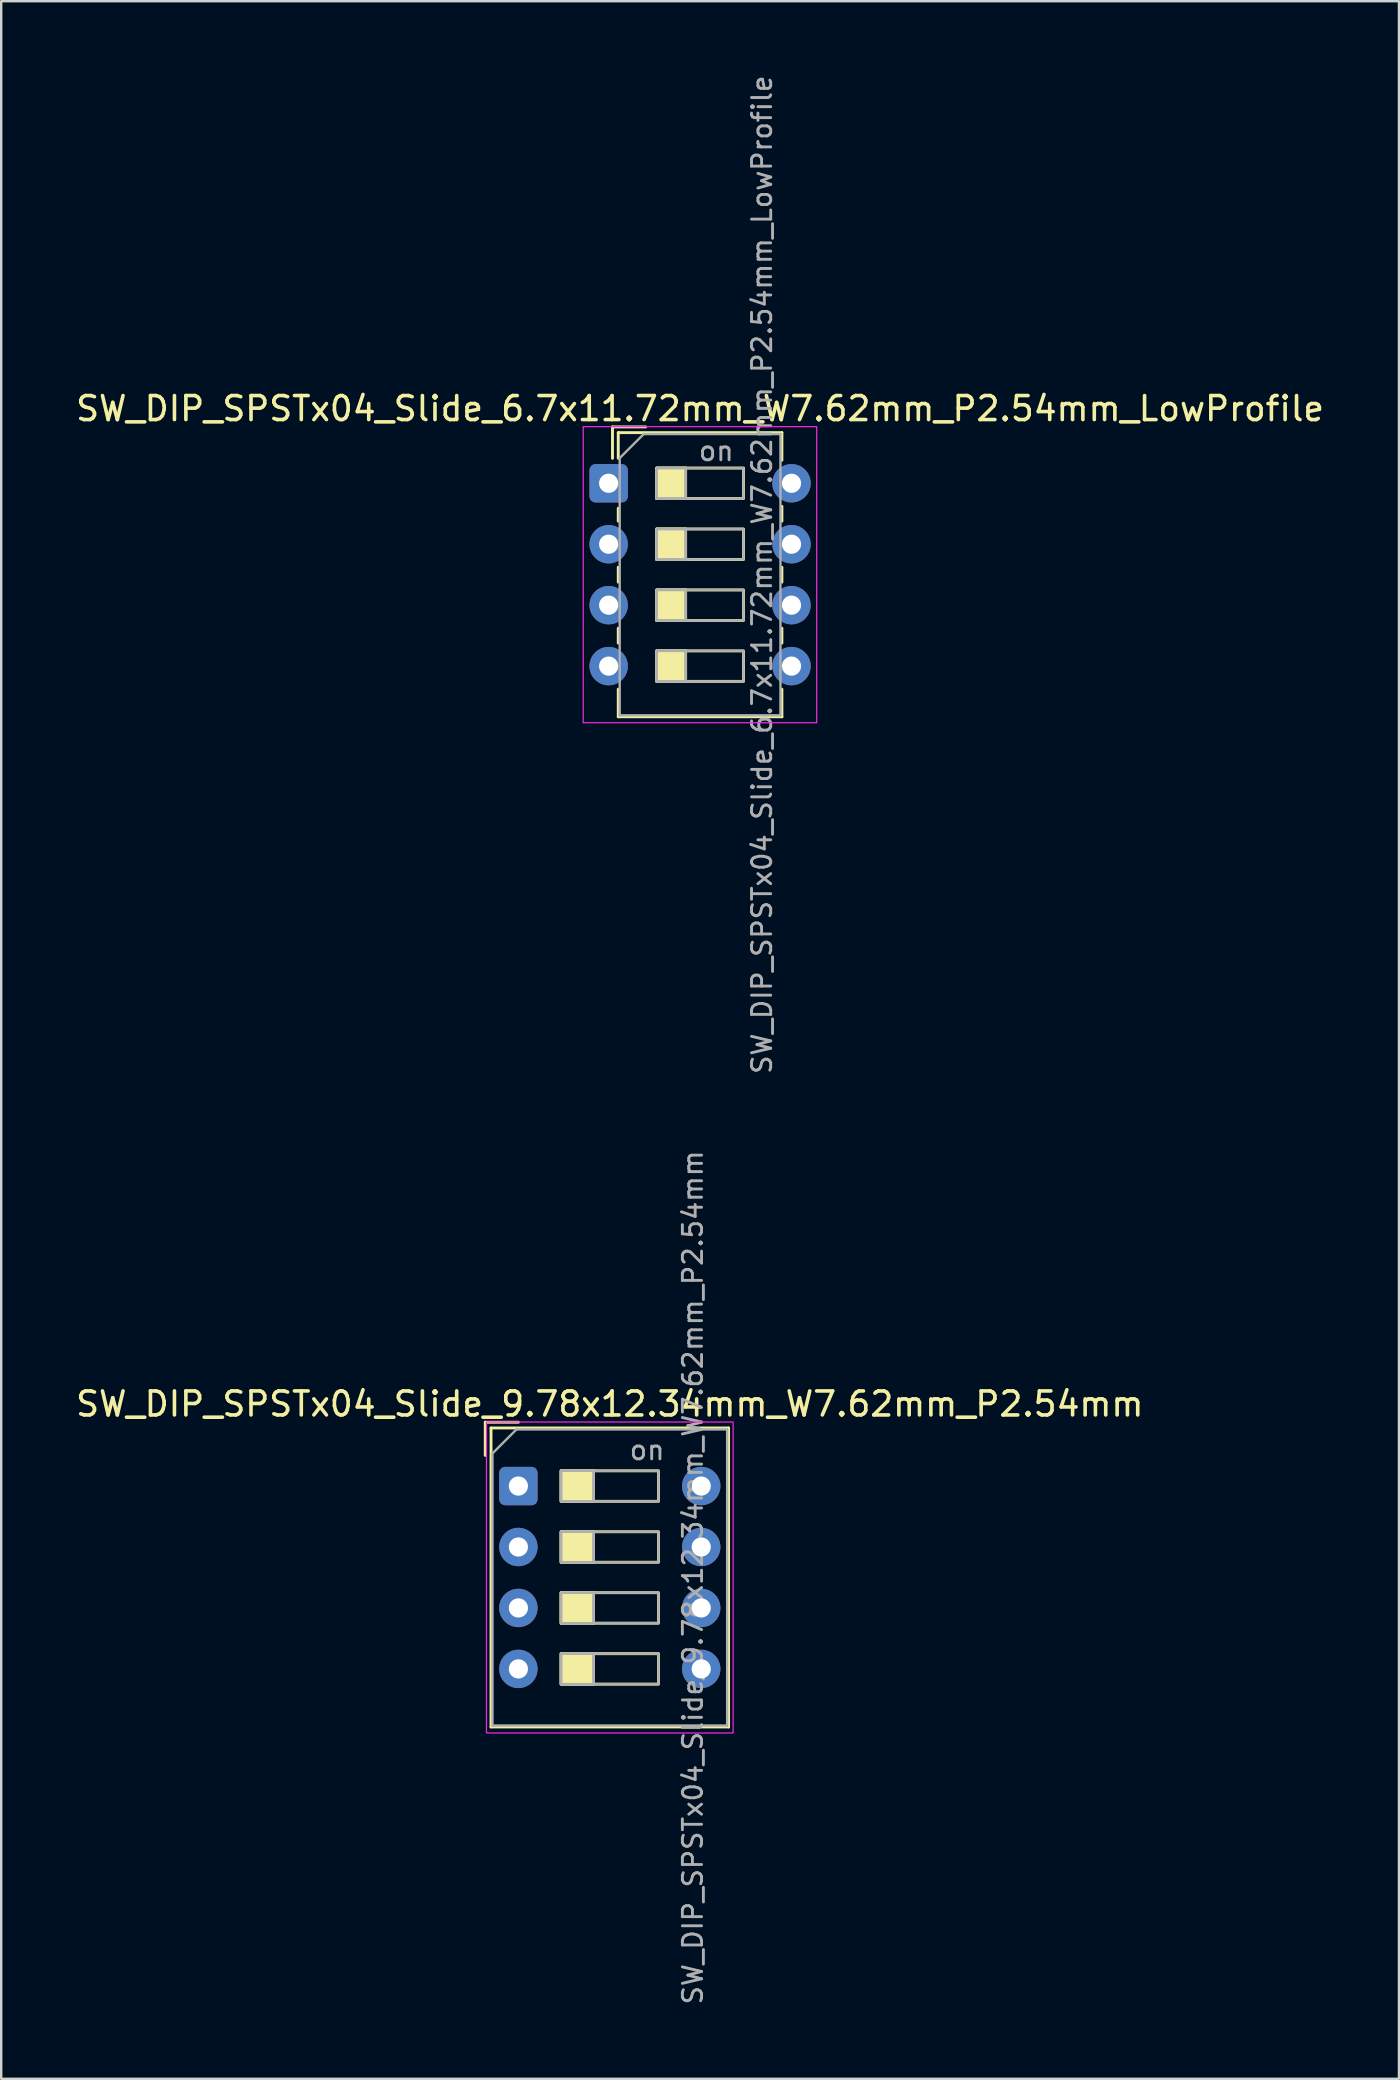
<source format=kicad_pcb>
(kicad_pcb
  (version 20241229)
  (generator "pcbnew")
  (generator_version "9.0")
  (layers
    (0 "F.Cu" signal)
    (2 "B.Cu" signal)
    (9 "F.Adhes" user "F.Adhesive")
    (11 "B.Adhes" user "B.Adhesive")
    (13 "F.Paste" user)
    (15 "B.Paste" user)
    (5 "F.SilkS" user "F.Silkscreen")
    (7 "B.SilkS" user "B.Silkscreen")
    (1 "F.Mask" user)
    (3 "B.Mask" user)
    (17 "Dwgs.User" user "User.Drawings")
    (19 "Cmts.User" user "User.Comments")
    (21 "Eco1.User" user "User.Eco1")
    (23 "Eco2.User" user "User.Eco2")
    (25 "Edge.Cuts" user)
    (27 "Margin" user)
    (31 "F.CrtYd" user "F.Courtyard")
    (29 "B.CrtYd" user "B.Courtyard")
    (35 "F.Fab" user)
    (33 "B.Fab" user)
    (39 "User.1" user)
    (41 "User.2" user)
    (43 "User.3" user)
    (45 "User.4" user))
  (footprint "SW_DIP_SPSTx04_Slide_6.7x11.72mm_W7.62mm_P2.54mm_LowProfile"
    (layer "F.Cu")
    (at 22.315 17.09)
    (property "Reference" "SW_DIP_SPSTx04_Slide_6.7x11.72mm_W7.62mm_P2.54mm_LowProfile" (at 3.81 -3.11 0) (layer "F.SilkS") (effects (font (size 1 1) (thickness 0.15))))
    (attr through_hole)
    (fp_line (start 0.16 -2.35) (end 0.16 -1.04) (stroke (width 0.12) (type solid)) (layer "F.SilkS"))
    (fp_line (start 0.16 -2.35) (end 1.543 -2.35) (stroke (width 0.12) (type solid)) (layer "F.SilkS"))
    (fp_line (start 0.4 -2.11) (end 0.4 -1.04) (stroke (width 0.12) (type solid)) (layer "F.SilkS"))
    (fp_line (start 0.4 -2.11) (end 7.22 -2.11) (stroke (width 0.12) (type solid)) (layer "F.SilkS"))
    (fp_line (start 0.4 1.04) (end 0.4 1.58) (stroke (width 0.12) (type solid)) (layer "F.SilkS"))
    (fp_line (start 0.4 3.5) (end 0.4 4.12) (stroke (width 0.12) (type solid)) (layer "F.SilkS"))
    (fp_line (start 0.4 6.04) (end 0.4 6.66) (stroke (width 0.12) (type solid)) (layer "F.SilkS"))
    (fp_line (start 0.4 8.58) (end 0.4 9.73) (stroke (width 0.12) (type solid)) (layer "F.SilkS"))
    (fp_line (start 0.4 9.73) (end 7.22 9.73) (stroke (width 0.12) (type solid)) (layer "F.SilkS"))
    (fp_line (start 3.207 -0.635) (end 3.207 0.635) (stroke (width 0.12) (type solid)) (layer "F.SilkS"))
    (fp_line (start 3.207 1.905) (end 3.207 3.175) (stroke (width 0.12) (type solid)) (layer "F.SilkS"))
    (fp_line (start 3.207 4.445) (end 3.207 5.715) (stroke (width 0.12) (type solid)) (layer "F.SilkS"))
    (fp_line (start 3.207 6.985) (end 3.207 8.255) (stroke (width 0.12) (type solid)) (layer "F.SilkS"))
    (fp_line (start 7.22 -2.11) (end 7.22 -0.96) (stroke (width 0.12) (type solid)) (layer "F.SilkS"))
    (fp_line (start 7.22 0.96) (end 7.22 1.58) (stroke (width 0.12) (type solid)) (layer "F.SilkS"))
    (fp_line (start 7.22 3.5) (end 7.22 4.12) (stroke (width 0.12) (type solid)) (layer "F.SilkS"))
    (fp_line (start 7.22 6.04) (end 7.22 6.66) (stroke (width 0.12) (type solid)) (layer "F.SilkS"))
    (fp_line (start 7.22 8.58) (end 7.22 9.73) (stroke (width 0.12) (type solid)) (layer "F.SilkS"))
    (fp_rect (start 2 -0.635) (end 3.207 0.635) (stroke (width 0.12) (type solid)) (fill yes) (layer "F.SilkS"))
    (fp_rect (start 2 -0.635) (end 5.62 0.635) (stroke (width 0.12) (type solid)) (fill no) (layer "F.SilkS"))
    (fp_rect (start 2 1.905) (end 3.207 3.175) (stroke (width 0.12) (type solid)) (fill yes) (layer "F.SilkS"))
    (fp_rect (start 2 1.905) (end 5.62 3.175) (stroke (width 0.12) (type solid)) (fill no) (layer "F.SilkS"))
    (fp_rect (start 2 4.445) (end 3.207 5.715) (stroke (width 0.12) (type solid)) (fill yes) (layer "F.SilkS"))
    (fp_rect (start 2 4.445) (end 5.62 5.715) (stroke (width 0.12) (type solid)) (fill no) (layer "F.SilkS"))
    (fp_rect (start 2 6.985) (end 3.207 8.255) (stroke (width 0.12) (type solid)) (fill yes) (layer "F.SilkS"))
    (fp_rect (start 2 6.985) (end 5.62 8.255) (stroke (width 0.12) (type solid)) (fill no) (layer "F.SilkS"))
    (fp_rect (start -1.06 -2.36) (end 8.67 9.98) (stroke (width 0.05) (type solid)) (fill no) (layer "F.CrtYd"))
    (fp_line (start 0.46 -1.05) (end 1.46 -2.05) (stroke (width 0.1) (type solid)) (layer "F.Fab"))
    (fp_line (start 0.46 9.67) (end 0.46 -1.05) (stroke (width 0.1) (type solid)) (layer "F.Fab"))
    (fp_line (start 1.46 -2.05) (end 7.16 -2.05) (stroke (width 0.1) (type solid)) (layer "F.Fab"))
    (fp_line (start 3.207 -0.635) (end 3.207 0.635) (stroke (width 0.1) (type solid)) (layer "F.Fab"))
    (fp_line (start 3.207 1.905) (end 3.207 3.175) (stroke (width 0.1) (type solid)) (layer "F.Fab"))
    (fp_line (start 3.207 4.445) (end 3.207 5.715) (stroke (width 0.1) (type solid)) (layer "F.Fab"))
    (fp_line (start 3.207 6.985) (end 3.207 8.255) (stroke (width 0.1) (type solid)) (layer "F.Fab"))
    (fp_line (start 7.16 -2.05) (end 7.16 9.67) (stroke (width 0.1) (type solid)) (layer "F.Fab"))
    (fp_line (start 7.16 9.67) (end 0.46 9.67) (stroke (width 0.1) (type solid)) (layer "F.Fab"))
    (fp_rect (start 2 -0.635) (end 3.207 0.635) (stroke (width 0.1) (type solid)) (fill no) (layer "F.Fab"))
    (fp_rect (start 2 -0.635) (end 5.62 0.635) (stroke (width 0.1) (type solid)) (fill no) (layer "F.Fab"))
    (fp_rect (start 2 1.905) (end 3.207 3.175) (stroke (width 0.1) (type solid)) (fill no) (layer "F.Fab"))
    (fp_rect (start 2 1.905) (end 5.62 3.175) (stroke (width 0.1) (type solid)) (fill no) (layer "F.Fab"))
    (fp_rect (start 2 4.445) (end 3.207 5.715) (stroke (width 0.1) (type solid)) (fill no) (layer "F.Fab"))
    (fp_rect (start 2 4.445) (end 5.62 5.715) (stroke (width 0.1) (type solid)) (fill no) (layer "F.Fab"))
    (fp_rect (start 2 6.985) (end 3.207 8.255) (stroke (width 0.1) (type solid)) (fill no) (layer "F.Fab"))
    (fp_rect (start 2 6.985) (end 5.62 8.255) (stroke (width 0.1) (type solid)) (fill no) (layer "F.Fab"))
    (fp_text user "${REFERENCE}" (at 6.39 3.81 90) (layer "F.Fab") (effects (font (size 0.8 0.8) (thickness 0.12))))
    (fp_text user "on" (at 4.485 -1.343 0) (layer "F.Fab") (effects (font (size 0.8 0.8) (thickness 0.12))))
    (pad "1" thru_hole roundrect (at 0 0) (size 1.6 1.6) (drill 0.8) (layers "*.Cu" "*.Mask") (roundrect_rratio 0.156))
    (pad "2" thru_hole circle (at 0 2.54) (size 1.6 1.6) (drill 0.8) (layers "*.Cu" "*.Mask"))
    (pad "3" thru_hole circle (at 0 5.08) (size 1.6 1.6) (drill 0.8) (layers "*.Cu" "*.Mask"))
    (pad "4" thru_hole circle (at 0 7.62) (size 1.6 1.6) (drill 0.8) (layers "*.Cu" "*.Mask"))
    (pad "5" thru_hole circle (at 7.62 7.62) (size 1.6 1.6) (drill 0.8) (layers "*.Cu" "*.Mask"))
    (pad "6" thru_hole circle (at 7.62 5.08) (size 1.6 1.6) (drill 0.8) (layers "*.Cu" "*.Mask"))
    (pad "7" thru_hole circle (at 7.62 2.54) (size 1.6 1.6) (drill 0.8) (layers "*.Cu" "*.Mask"))
    (pad "8" thru_hole circle (at 7.62 0) (size 1.6 1.6) (drill 0.8) (layers "*.Cu" "*.Mask")))
  (footprint "SW_DIP_SPSTx04_Slide_9.78x12.34mm_W7.62mm_P2.54mm"
    (layer "F.Cu")
    (at 18.553 58.88)
    (property "Reference" "SW_DIP_SPSTx04_Slide_9.78x12.34mm_W7.62mm_P2.54mm" (at 3.81 -3.42 0) (layer "F.SilkS") (effects (font (size 1 1) (thickness 0.15))))
    (attr through_hole)
    (fp_line (start -1.38 -2.66) (end -1.38 -1.277) (stroke (width 0.12) (type solid)) (layer "F.SilkS"))
    (fp_line (start -1.38 -2.66) (end 0.003 -2.66) (stroke (width 0.12) (type solid)) (layer "F.SilkS"))
    (fp_line (start -1.14 -2.42) (end -1.14 10.04) (stroke (width 0.12) (type solid)) (layer "F.SilkS"))
    (fp_line (start -1.14 -2.42) (end 8.76 -2.42) (stroke (width 0.12) (type solid)) (layer "F.SilkS"))
    (fp_line (start -1.14 10.04) (end 8.76 10.04) (stroke (width 0.12) (type solid)) (layer "F.SilkS"))
    (fp_line (start 3.133 -0.635) (end 3.133 0.635) (stroke (width 0.12) (type solid)) (layer "F.SilkS"))
    (fp_line (start 3.133 1.905) (end 3.133 3.175) (stroke (width 0.12) (type solid)) (layer "F.SilkS"))
    (fp_line (start 3.133 4.445) (end 3.133 5.715) (stroke (width 0.12) (type solid)) (layer "F.SilkS"))
    (fp_line (start 3.133 6.985) (end 3.133 8.255) (stroke (width 0.12) (type solid)) (layer "F.SilkS"))
    (fp_line (start 8.76 -2.42) (end 8.76 10.04) (stroke (width 0.12) (type solid)) (layer "F.SilkS"))
    (fp_rect (start 1.78 -0.635) (end 3.133 0.635) (stroke (width 0.12) (type solid)) (fill yes) (layer "F.SilkS"))
    (fp_rect (start 1.78 -0.635) (end 5.84 0.635) (stroke (width 0.12) (type solid)) (fill no) (layer "F.SilkS"))
    (fp_rect (start 1.78 1.905) (end 3.133 3.175) (stroke (width 0.12) (type solid)) (fill yes) (layer "F.SilkS"))
    (fp_rect (start 1.78 1.905) (end 5.84 3.175) (stroke (width 0.12) (type solid)) (fill no) (layer "F.SilkS"))
    (fp_rect (start 1.78 4.445) (end 3.133 5.715) (stroke (width 0.12) (type solid)) (fill yes) (layer "F.SilkS"))
    (fp_rect (start 1.78 4.445) (end 5.84 5.715) (stroke (width 0.12) (type solid)) (fill no) (layer "F.SilkS"))
    (fp_rect (start 1.78 6.985) (end 3.133 8.255) (stroke (width 0.12) (type solid)) (fill yes) (layer "F.SilkS"))
    (fp_rect (start 1.78 6.985) (end 5.84 8.255) (stroke (width 0.12) (type solid)) (fill no) (layer "F.SilkS"))
    (fp_rect (start -1.33 -2.67) (end 8.95 10.29) (stroke (width 0.05) (type solid)) (fill no) (layer "F.CrtYd"))
    (fp_line (start -1.08 -1.36) (end -0.08 -2.36) (stroke (width 0.1) (type solid)) (layer "F.Fab"))
    (fp_line (start -1.08 9.98) (end -1.08 -1.36) (stroke (width 0.1) (type solid)) (layer "F.Fab"))
    (fp_line (start -0.08 -2.36) (end 8.7 -2.36) (stroke (width 0.1) (type solid)) (layer "F.Fab"))
    (fp_line (start 3.133 -0.635) (end 3.133 0.635) (stroke (width 0.1) (type solid)) (layer "F.Fab"))
    (fp_line (start 3.133 1.905) (end 3.133 3.175) (stroke (width 0.1) (type solid)) (layer "F.Fab"))
    (fp_line (start 3.133 4.445) (end 3.133 5.715) (stroke (width 0.1) (type solid)) (layer "F.Fab"))
    (fp_line (start 3.133 6.985) (end 3.133 8.255) (stroke (width 0.1) (type solid)) (layer "F.Fab"))
    (fp_line (start 8.7 -2.36) (end 8.7 9.98) (stroke (width 0.1) (type solid)) (layer "F.Fab"))
    (fp_line (start 8.7 9.98) (end -1.08 9.98) (stroke (width 0.1) (type solid)) (layer "F.Fab"))
    (fp_rect (start 1.78 -0.635) (end 3.133 0.635) (stroke (width 0.1) (type solid)) (fill no) (layer "F.Fab"))
    (fp_rect (start 1.78 -0.635) (end 5.84 0.635) (stroke (width 0.1) (type solid)) (fill no) (layer "F.Fab"))
    (fp_rect (start 1.78 1.905) (end 3.133 3.175) (stroke (width 0.1) (type solid)) (fill no) (layer "F.Fab"))
    (fp_rect (start 1.78 1.905) (end 5.84 3.175) (stroke (width 0.1) (type solid)) (fill no) (layer "F.Fab"))
    (fp_rect (start 1.78 4.445) (end 3.133 5.715) (stroke (width 0.1) (type solid)) (fill no) (layer "F.Fab"))
    (fp_rect (start 1.78 4.445) (end 5.84 5.715) (stroke (width 0.1) (type solid)) (fill no) (layer "F.Fab"))
    (fp_rect (start 1.78 6.985) (end 3.133 8.255) (stroke (width 0.1) (type solid)) (fill no) (layer "F.Fab"))
    (fp_rect (start 1.78 6.985) (end 5.84 8.255) (stroke (width 0.1) (type solid)) (fill no) (layer "F.Fab"))
    (fp_text user "${REFERENCE}" (at 7.27 3.81 90) (layer "F.Fab") (effects (font (size 0.8 0.8) (thickness 0.12))))
    (fp_text user "on" (at 5.365 -1.498 0) (layer "F.Fab") (effects (font (size 0.8 0.8) (thickness 0.12))))
    (pad "1" thru_hole roundrect (at 0 0) (size 1.6 1.6) (drill 0.8) (layers "*.Cu" "*.Mask") (roundrect_rratio 0.156))
    (pad "2" thru_hole circle (at 0 2.54) (size 1.6 1.6) (drill 0.8) (layers "*.Cu" "*.Mask"))
    (pad "3" thru_hole circle (at 0 5.08) (size 1.6 1.6) (drill 0.8) (layers "*.Cu" "*.Mask"))
    (pad "4" thru_hole circle (at 0 7.62) (size 1.6 1.6) (drill 0.8) (layers "*.Cu" "*.Mask"))
    (pad "5" thru_hole circle (at 7.62 7.62) (size 1.6 1.6) (drill 0.8) (layers "*.Cu" "*.Mask"))
    (pad "6" thru_hole circle (at 7.62 5.08) (size 1.6 1.6) (drill 0.8) (layers "*.Cu" "*.Mask"))
    (pad "7" thru_hole circle (at 7.62 2.54) (size 1.6 1.6) (drill 0.8) (layers "*.Cu" "*.Mask"))
    (pad "8" thru_hole circle (at 7.62 0) (size 1.6 1.6) (drill 0.8) (layers "*.Cu" "*.Mask")))
  (gr_rect
    (start -3 -3)
    (end 55.25 83.581)
    (stroke (width 0.1) (type default))
    (fill no)
    (layer "Edge.Cuts")))
</source>
